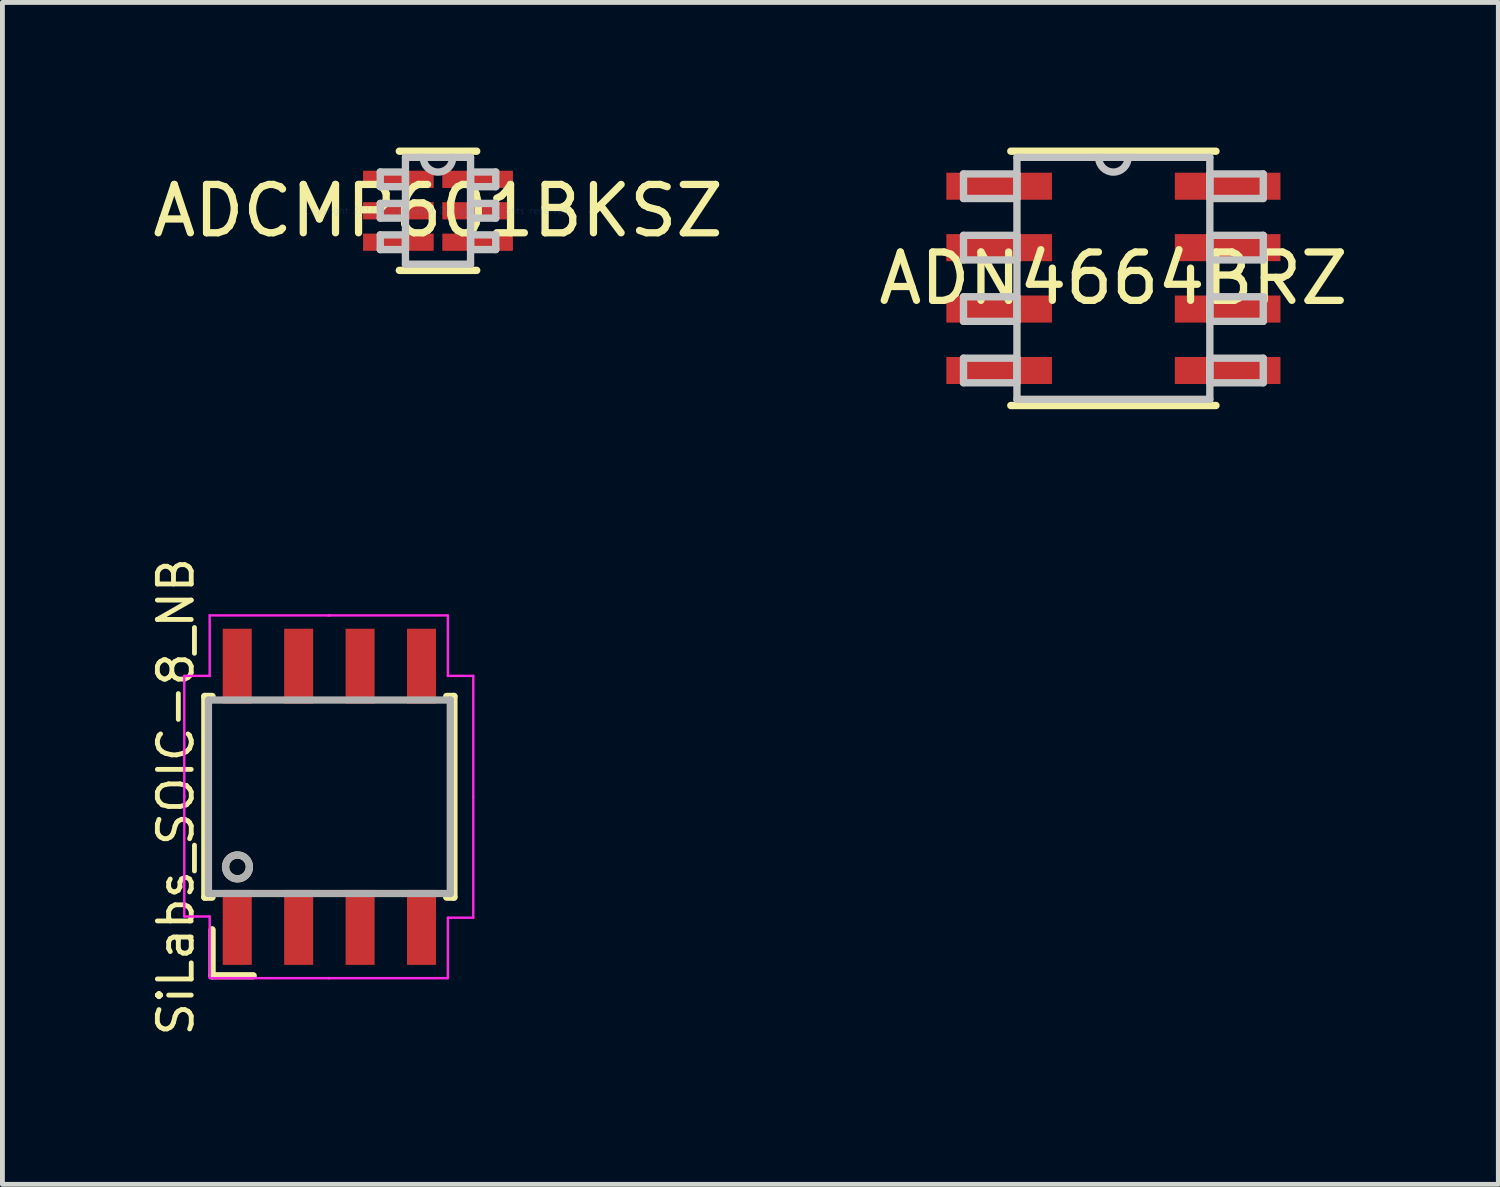
<source format=kicad_pcb>
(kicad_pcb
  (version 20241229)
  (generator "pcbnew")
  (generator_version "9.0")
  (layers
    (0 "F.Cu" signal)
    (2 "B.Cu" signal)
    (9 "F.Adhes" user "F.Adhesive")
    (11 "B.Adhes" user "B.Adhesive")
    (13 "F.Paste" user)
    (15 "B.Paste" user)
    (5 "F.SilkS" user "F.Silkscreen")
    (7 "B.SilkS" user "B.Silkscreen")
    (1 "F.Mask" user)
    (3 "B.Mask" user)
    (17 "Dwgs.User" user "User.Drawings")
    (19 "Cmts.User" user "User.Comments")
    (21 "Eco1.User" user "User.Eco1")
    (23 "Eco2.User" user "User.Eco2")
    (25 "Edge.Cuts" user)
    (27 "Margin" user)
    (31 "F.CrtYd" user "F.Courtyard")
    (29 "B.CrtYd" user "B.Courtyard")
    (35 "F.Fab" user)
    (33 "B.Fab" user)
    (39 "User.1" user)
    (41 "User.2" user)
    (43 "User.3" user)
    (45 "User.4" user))
  (footprint "ADN4664BRZ"
    (layer "F.Cu")
    (at 19.97 2.705)
    (property "Reference" "ADN4664BRZ" (at 0 0 0) (layer "F.SilkS") (effects (font (size 1 1) (thickness 0.15))))
    (attr through_hole)
    (fp_line (start -2.121 2.629) (end 2.121 2.629) (stroke (width 0.152) (type solid)) (layer "F.SilkS"))
    (fp_line (start 2.121 -2.629) (end -2.121 -2.629) (stroke (width 0.152) (type solid)) (layer "F.SilkS"))
    (fp_line (start -3.099 -2.159) (end -3.099 -1.651) (stroke (width 0.152) (type solid)) (layer "Dwgs.User"))
    (fp_line (start -3.099 -1.651) (end -1.994 -1.651) (stroke (width 0.152) (type solid)) (layer "Dwgs.User"))
    (fp_line (start -3.099 -0.889) (end -3.099 -0.381) (stroke (width 0.152) (type solid)) (layer "Dwgs.User"))
    (fp_line (start -3.099 -0.381) (end -1.994 -0.381) (stroke (width 0.152) (type solid)) (layer "Dwgs.User"))
    (fp_line (start -3.099 0.381) (end -3.099 0.889) (stroke (width 0.152) (type solid)) (layer "Dwgs.User"))
    (fp_line (start -3.099 0.889) (end -1.994 0.889) (stroke (width 0.152) (type solid)) (layer "Dwgs.User"))
    (fp_line (start -3.099 1.651) (end -3.099 2.159) (stroke (width 0.152) (type solid)) (layer "Dwgs.User"))
    (fp_line (start -3.099 2.159) (end -1.994 2.159) (stroke (width 0.152) (type solid)) (layer "Dwgs.User"))
    (fp_line (start -1.994 -2.502) (end -1.994 2.502) (stroke (width 0.152) (type solid)) (layer "Dwgs.User"))
    (fp_line (start -1.994 -2.159) (end -3.099 -2.159) (stroke (width 0.152) (type solid)) (layer "Dwgs.User"))
    (fp_line (start -1.994 -1.651) (end -1.994 -2.159) (stroke (width 0.152) (type solid)) (layer "Dwgs.User"))
    (fp_line (start -1.994 -0.889) (end -3.099 -0.889) (stroke (width 0.152) (type solid)) (layer "Dwgs.User"))
    (fp_line (start -1.994 -0.381) (end -1.994 -0.889) (stroke (width 0.152) (type solid)) (layer "Dwgs.User"))
    (fp_line (start -1.994 0.381) (end -3.099 0.381) (stroke (width 0.152) (type solid)) (layer "Dwgs.User"))
    (fp_line (start -1.994 0.889) (end -1.994 0.381) (stroke (width 0.152) (type solid)) (layer "Dwgs.User"))
    (fp_line (start -1.994 1.651) (end -3.099 1.651) (stroke (width 0.152) (type solid)) (layer "Dwgs.User"))
    (fp_line (start -1.994 2.159) (end -1.994 1.651) (stroke (width 0.152) (type solid)) (layer "Dwgs.User"))
    (fp_line (start -1.994 2.502) (end 1.994 2.502) (stroke (width 0.152) (type solid)) (layer "Dwgs.User"))
    (fp_line (start 1.994 -2.502) (end -1.994 -2.502) (stroke (width 0.152) (type solid)) (layer "Dwgs.User"))
    (fp_line (start 1.994 -2.159) (end 1.994 -1.651) (stroke (width 0.152) (type solid)) (layer "Dwgs.User"))
    (fp_line (start 1.994 -1.651) (end 3.099 -1.651) (stroke (width 0.152) (type solid)) (layer "Dwgs.User"))
    (fp_line (start 1.994 -0.889) (end 1.994 -0.381) (stroke (width 0.152) (type solid)) (layer "Dwgs.User"))
    (fp_line (start 1.994 -0.381) (end 3.099 -0.381) (stroke (width 0.152) (type solid)) (layer "Dwgs.User"))
    (fp_line (start 1.994 0.381) (end 1.994 0.889) (stroke (width 0.152) (type solid)) (layer "Dwgs.User"))
    (fp_line (start 1.994 0.889) (end 3.099 0.889) (stroke (width 0.152) (type solid)) (layer "Dwgs.User"))
    (fp_line (start 1.994 1.651) (end 1.994 2.159) (stroke (width 0.152) (type solid)) (layer "Dwgs.User"))
    (fp_line (start 1.994 2.159) (end 3.099 2.159) (stroke (width 0.152) (type solid)) (layer "Dwgs.User"))
    (fp_line (start 1.994 2.502) (end 1.994 -2.502) (stroke (width 0.152) (type solid)) (layer "Dwgs.User"))
    (fp_line (start 3.099 -2.159) (end 1.994 -2.159) (stroke (width 0.152) (type solid)) (layer "Dwgs.User"))
    (fp_line (start 3.099 -1.651) (end 3.099 -2.159) (stroke (width 0.152) (type solid)) (layer "Dwgs.User"))
    (fp_line (start 3.099 -0.889) (end 1.994 -0.889) (stroke (width 0.152) (type solid)) (layer "Dwgs.User"))
    (fp_line (start 3.099 -0.381) (end 3.099 -0.889) (stroke (width 0.152) (type solid)) (layer "Dwgs.User"))
    (fp_line (start 3.099 0.381) (end 1.994 0.381) (stroke (width 0.152) (type solid)) (layer "Dwgs.User"))
    (fp_line (start 3.099 0.889) (end 3.099 0.381) (stroke (width 0.152) (type solid)) (layer "Dwgs.User"))
    (fp_line (start 3.099 1.651) (end 1.994 1.651) (stroke (width 0.152) (type solid)) (layer "Dwgs.User"))
    (fp_line (start 3.099 2.159) (end 3.099 1.651) (stroke (width 0.152) (type solid)) (layer "Dwgs.User"))
    (fp_arc (start 0.3048 -2.5019) (mid 0 -2.1971) (end -0.3048 -2.5019) (stroke (width 0.1524) (type solid)) (layer "Dwgs.User"))
    (pad "" smd rect (at -2.362 -1.905) (size 2.184 0.559) (layers "F.Mask"))
    (pad "" smd rect (at -2.362 -1.905) (size 2.184 0.559) (layers "F.Paste"))
    (pad "" smd rect (at -2.362 -0.635) (size 2.184 0.559) (layers "F.Mask"))
    (pad "" smd rect (at -2.362 -0.635) (size 2.184 0.559) (layers "F.Paste"))
    (pad "" smd rect (at -2.362 0.635) (size 2.184 0.559) (layers "F.Mask"))
    (pad "" smd rect (at -2.362 0.635) (size 2.184 0.559) (layers "F.Paste"))
    (pad "" smd rect (at -2.362 1.905) (size 2.184 0.559) (layers "F.Mask"))
    (pad "" smd rect (at -2.362 1.905) (size 2.184 0.559) (layers "F.Paste"))
    (pad "" smd rect (at 2.362 -1.905) (size 2.184 0.559) (layers "F.Mask"))
    (pad "" smd rect (at 2.362 -1.905) (size 2.184 0.559) (layers "F.Paste"))
    (pad "" smd rect (at 2.362 -0.635) (size 2.184 0.559) (layers "F.Mask"))
    (pad "" smd rect (at 2.362 -0.635) (size 2.184 0.559) (layers "F.Paste"))
    (pad "" smd rect (at 2.362 0.635) (size 2.184 0.559) (layers "F.Mask"))
    (pad "" smd rect (at 2.362 0.635) (size 2.184 0.559) (layers "F.Paste"))
    (pad "" smd rect (at 2.362 1.905) (size 2.184 0.559) (layers "F.Mask"))
    (pad "" smd rect (at 2.362 1.905) (size 2.184 0.559) (layers "F.Paste"))
    (pad "1" smd rect (at -2.362 -1.905) (size 2.184 0.559) (layers "F.Cu"))
    (pad "2" smd rect (at -2.362 -0.635) (size 2.184 0.559) (layers "F.Cu"))
    (pad "3" smd rect (at -2.362 0.635) (size 2.184 0.559) (layers "F.Cu"))
    (pad "4" smd rect (at -2.362 1.905) (size 2.184 0.559) (layers "F.Cu"))
    (pad "5" smd rect (at 2.362 1.905) (size 2.184 0.559) (layers "F.Cu"))
    (pad "6" smd rect (at 2.362 0.635) (size 2.184 0.559) (layers "F.Cu"))
    (pad "7" smd rect (at 2.362 -0.635) (size 2.184 0.559) (layers "F.Cu"))
    (pad "8" smd rect (at 2.362 -1.905) (size 2.184 0.559) (layers "F.Cu")))
  (footprint "ADCMP601BKSZ"
    (layer "F.Cu")
    (at 6.006 1.308)
    (property "Reference" "ADCMP601BKSZ" (at 0 0 0) (layer "F.SilkS") (effects (font (size 1 1) (thickness 0.15))))
    (attr through_hole)
    (fp_line (start -0.8 1.232) (end 0.8 1.232) (stroke (width 0.152) (type solid)) (layer "F.SilkS"))
    (fp_line (start 0.8 -1.232) (end -0.8 -1.232) (stroke (width 0.152) (type solid)) (layer "F.SilkS"))
    (fp_line (start -1.194 -0.802) (end -1.194 -0.498) (stroke (width 0.152) (type solid)) (layer "Dwgs.User"))
    (fp_line (start -1.194 -0.498) (end -0.673 -0.498) (stroke (width 0.152) (type solid)) (layer "Dwgs.User"))
    (fp_line (start -1.194 -0.152) (end -1.194 0.152) (stroke (width 0.152) (type solid)) (layer "Dwgs.User"))
    (fp_line (start -1.194 0.152) (end -0.673 0.152) (stroke (width 0.152) (type solid)) (layer "Dwgs.User"))
    (fp_line (start -1.194 0.498) (end -1.194 0.802) (stroke (width 0.152) (type solid)) (layer "Dwgs.User"))
    (fp_line (start -1.194 0.802) (end -0.673 0.802) (stroke (width 0.152) (type solid)) (layer "Dwgs.User"))
    (fp_line (start -0.673 -1.105) (end -0.673 1.105) (stroke (width 0.152) (type solid)) (layer "Dwgs.User"))
    (fp_line (start -0.673 -0.802) (end -1.194 -0.802) (stroke (width 0.152) (type solid)) (layer "Dwgs.User"))
    (fp_line (start -0.673 -0.498) (end -0.673 -0.802) (stroke (width 0.152) (type solid)) (layer "Dwgs.User"))
    (fp_line (start -0.673 -0.152) (end -1.194 -0.152) (stroke (width 0.152) (type solid)) (layer "Dwgs.User"))
    (fp_line (start -0.673 0.152) (end -0.673 -0.152) (stroke (width 0.152) (type solid)) (layer "Dwgs.User"))
    (fp_line (start -0.673 0.498) (end -1.194 0.498) (stroke (width 0.152) (type solid)) (layer "Dwgs.User"))
    (fp_line (start -0.673 0.802) (end -0.673 0.498) (stroke (width 0.152) (type solid)) (layer "Dwgs.User"))
    (fp_line (start -0.673 1.105) (end 0.673 1.105) (stroke (width 0.152) (type solid)) (layer "Dwgs.User"))
    (fp_line (start 0.673 -1.105) (end -0.673 -1.105) (stroke (width 0.152) (type solid)) (layer "Dwgs.User"))
    (fp_line (start 0.673 -0.802) (end 0.673 -0.498) (stroke (width 0.152) (type solid)) (layer "Dwgs.User"))
    (fp_line (start 0.673 -0.498) (end 1.194 -0.498) (stroke (width 0.152) (type solid)) (layer "Dwgs.User"))
    (fp_line (start 0.673 -0.152) (end 0.673 0.152) (stroke (width 0.152) (type solid)) (layer "Dwgs.User"))
    (fp_line (start 0.673 0.152) (end 1.194 0.152) (stroke (width 0.152) (type solid)) (layer "Dwgs.User"))
    (fp_line (start 0.673 0.498) (end 0.673 0.802) (stroke (width 0.152) (type solid)) (layer "Dwgs.User"))
    (fp_line (start 0.673 0.802) (end 1.194 0.802) (stroke (width 0.152) (type solid)) (layer "Dwgs.User"))
    (fp_line (start 0.673 1.105) (end 0.673 -1.105) (stroke (width 0.152) (type solid)) (layer "Dwgs.User"))
    (fp_line (start 1.194 -0.802) (end 0.673 -0.802) (stroke (width 0.152) (type solid)) (layer "Dwgs.User"))
    (fp_line (start 1.194 -0.498) (end 1.194 -0.802) (stroke (width 0.152) (type solid)) (layer "Dwgs.User"))
    (fp_line (start 1.194 -0.152) (end 0.673 -0.152) (stroke (width 0.152) (type solid)) (layer "Dwgs.User"))
    (fp_line (start 1.194 0.152) (end 1.194 -0.152) (stroke (width 0.152) (type solid)) (layer "Dwgs.User"))
    (fp_line (start 1.194 0.498) (end 0.673 0.498) (stroke (width 0.152) (type solid)) (layer "Dwgs.User"))
    (fp_line (start 1.194 0.802) (end 1.194 0.498) (stroke (width 0.152) (type solid)) (layer "Dwgs.User"))
    (fp_arc (start 0.3048 -1.1049) (mid 0 -0.8001) (end -0.3048 -1.1049) (stroke (width 0.1524) (type solid)) (layer "Dwgs.User"))
    (fp_text user "Copyright 2016 Accelerated Designs. All rights reserved." (at 0 0 0) (layer "Cmts.User") (effects (font (size 0.127 0.127) (thickness 0.002))))
    (pad "1" smd rect (at -0.819 -0.65) (size 1.46 0.356) (layers "F.Cu" "F.Mask" "F.Paste"))
    (pad "2" smd rect (at -0.819 0) (size 1.46 0.356) (layers "F.Cu" "F.Mask" "F.Paste"))
    (pad "3" smd rect (at -0.819 0.65) (size 1.46 0.356) (layers "F.Cu" "F.Mask" "F.Paste"))
    (pad "4" smd rect (at 0.819 0.65) (size 1.46 0.356) (layers "F.Cu" "F.Mask" "F.Paste"))
    (pad "5" smd rect (at 0.819 0) (size 1.46 0.356) (layers "F.Cu" "F.Mask" "F.Paste"))
    (pad "6" smd rect (at 0.819 -0.65) (size 1.46 0.356) (layers "F.Cu" "F.Mask" "F.Paste")))
  (footprint "SiLabs_SOIC-8_NB"
    (layer "F.Cu")
    (at 3.76 13.424)
    (property "Reference" "SiLabs_SOIC-8_NB" (at -3.175 0 90) (layer "F.SilkS") (effects (font (size 0.7 0.7) (thickness 0.1))))
    (attr smd)
    (fp_line (start -2.575 -2.075) (end -2.575 2.075) (stroke (width 0.15) (type solid)) (layer "F.SilkS"))
    (fp_line (start -2.575 -2.075) (end -2.425 -2.075) (stroke (width 0.15) (type solid)) (layer "F.SilkS"))
    (fp_line (start -2.575 2.075) (end -2.425 2.075) (stroke (width 0.15) (type solid)) (layer "F.SilkS"))
    (fp_line (start -2.425 3.7) (end -2.425 2.75) (stroke (width 0.15) (type solid)) (layer "F.SilkS"))
    (fp_line (start -1.575 3.7) (end -2.425 3.7) (stroke (width 0.15) (type solid)) (layer "F.SilkS"))
    (fp_line (start 2.575 -2.075) (end 2.425 -2.075) (stroke (width 0.15) (type solid)) (layer "F.SilkS"))
    (fp_line (start 2.575 -2.075) (end 2.575 2.075) (stroke (width 0.15) (type solid)) (layer "F.SilkS"))
    (fp_line (start 2.575 2.075) (end 2.425 2.075) (stroke (width 0.15) (type solid)) (layer "F.SilkS"))
    (fp_circle (center -1.9 1.45) (end -1.675 1.55) (stroke (width 0.15) (type solid)) (fill no) (layer "F.SilkS"))
    (fp_line (start -3 -2.5) (end -3 0) (stroke (width 0.05) (type solid)) (layer "F.CrtYd"))
    (fp_line (start -3 2.475) (end -3 -0.025) (stroke (width 0.05) (type solid)) (layer "F.CrtYd"))
    (fp_line (start -3 2.475) (end -2.475 2.475) (stroke (width 0.05) (type solid)) (layer "F.CrtYd"))
    (fp_line (start -2.475 -3.75) (end -2.475 -2.5) (stroke (width 0.05) (type solid)) (layer "F.CrtYd"))
    (fp_line (start -2.475 -2.5) (end -3 -2.5) (stroke (width 0.05) (type solid)) (layer "F.CrtYd"))
    (fp_line (start -2.475 3.725) (end -2.475 2.475) (stroke (width 0.05) (type solid)) (layer "F.CrtYd"))
    (fp_line (start 0 -3.75) (end -2.475 -3.75) (stroke (width 0.05) (type solid)) (layer "F.CrtYd"))
    (fp_line (start 0 3.75) (end -2.475 3.75) (stroke (width 0.05) (type solid)) (layer "F.CrtYd"))
    (fp_line (start 2.45 -3.75) (end -0.025 -3.75) (stroke (width 0.05) (type solid)) (layer "F.CrtYd"))
    (fp_line (start 2.45 -3.75) (end 2.45 -2.5) (stroke (width 0.05) (type solid)) (layer "F.CrtYd"))
    (fp_line (start 2.45 3.75) (end -0.025 3.75) (stroke (width 0.05) (type solid)) (layer "F.CrtYd"))
    (fp_line (start 2.45 3.75) (end 2.45 2.5) (stroke (width 0.05) (type solid)) (layer "F.CrtYd"))
    (fp_line (start 2.975 -2.5) (end 2.45 -2.5) (stroke (width 0.05) (type solid)) (layer "F.CrtYd"))
    (fp_line (start 2.975 -2.5) (end 2.975 0) (stroke (width 0.05) (type solid)) (layer "F.CrtYd"))
    (fp_line (start 2.975 2.5) (end 2.45 2.5) (stroke (width 0.05) (type solid)) (layer "F.CrtYd"))
    (fp_line (start 2.975 2.5) (end 2.975 0) (stroke (width 0.05) (type solid)) (layer "F.CrtYd"))
    (fp_line (start -2.5 -2) (end -2.5 2) (stroke (width 0.15) (type solid)) (layer "F.Fab"))
    (fp_line (start -2.5 -2) (end 2.5 -2) (stroke (width 0.15) (type solid)) (layer "F.Fab"))
    (fp_line (start 2.5 -2) (end 2.5 2) (stroke (width 0.15) (type solid)) (layer "F.Fab"))
    (fp_line (start 2.5 2) (end -2.5 2) (stroke (width 0.15) (type solid)) (layer "F.Fab"))
    (fp_circle (center -1.9 1.45) (end -1.725 1.625) (stroke (width 0.15) (type solid)) (fill no) (layer "F.Fab"))
    (pad "1" smd rect (at -1.905 2.7) (size 0.6 1.55) (layers "F.Cu" "F.Mask" "F.Paste"))
    (pad "2" smd rect (at -0.635 2.7) (size 0.6 1.55) (layers "F.Cu" "F.Mask" "F.Paste"))
    (pad "3" smd rect (at 0.635 2.7) (size 0.6 1.55) (layers "F.Cu" "F.Mask" "F.Paste"))
    (pad "4" smd rect (at 1.905 2.7) (size 0.6 1.55) (layers "F.Cu" "F.Mask" "F.Paste"))
    (pad "5" smd rect (at 1.905 -2.7) (size 0.6 1.55) (layers "F.Cu" "F.Mask" "F.Paste"))
    (pad "6" smd rect (at 0.635 -2.7) (size 0.6 1.55) (layers "F.Cu" "F.Mask" "F.Paste"))
    (pad "7" smd rect (at -0.635 -2.7) (size 0.6 1.55) (layers "F.Cu" "F.Mask" "F.Paste"))
    (pad "8" smd rect (at -1.905 -2.7) (size 0.6 1.55) (layers "F.Cu" "F.Mask" "F.Paste")))
  (gr_rect
    (start -3 -3)
    (end 27.929 21.437)
    (stroke (width 0.1) (type default))
    (fill no)
    (layer "Edge.Cuts")))
</source>
